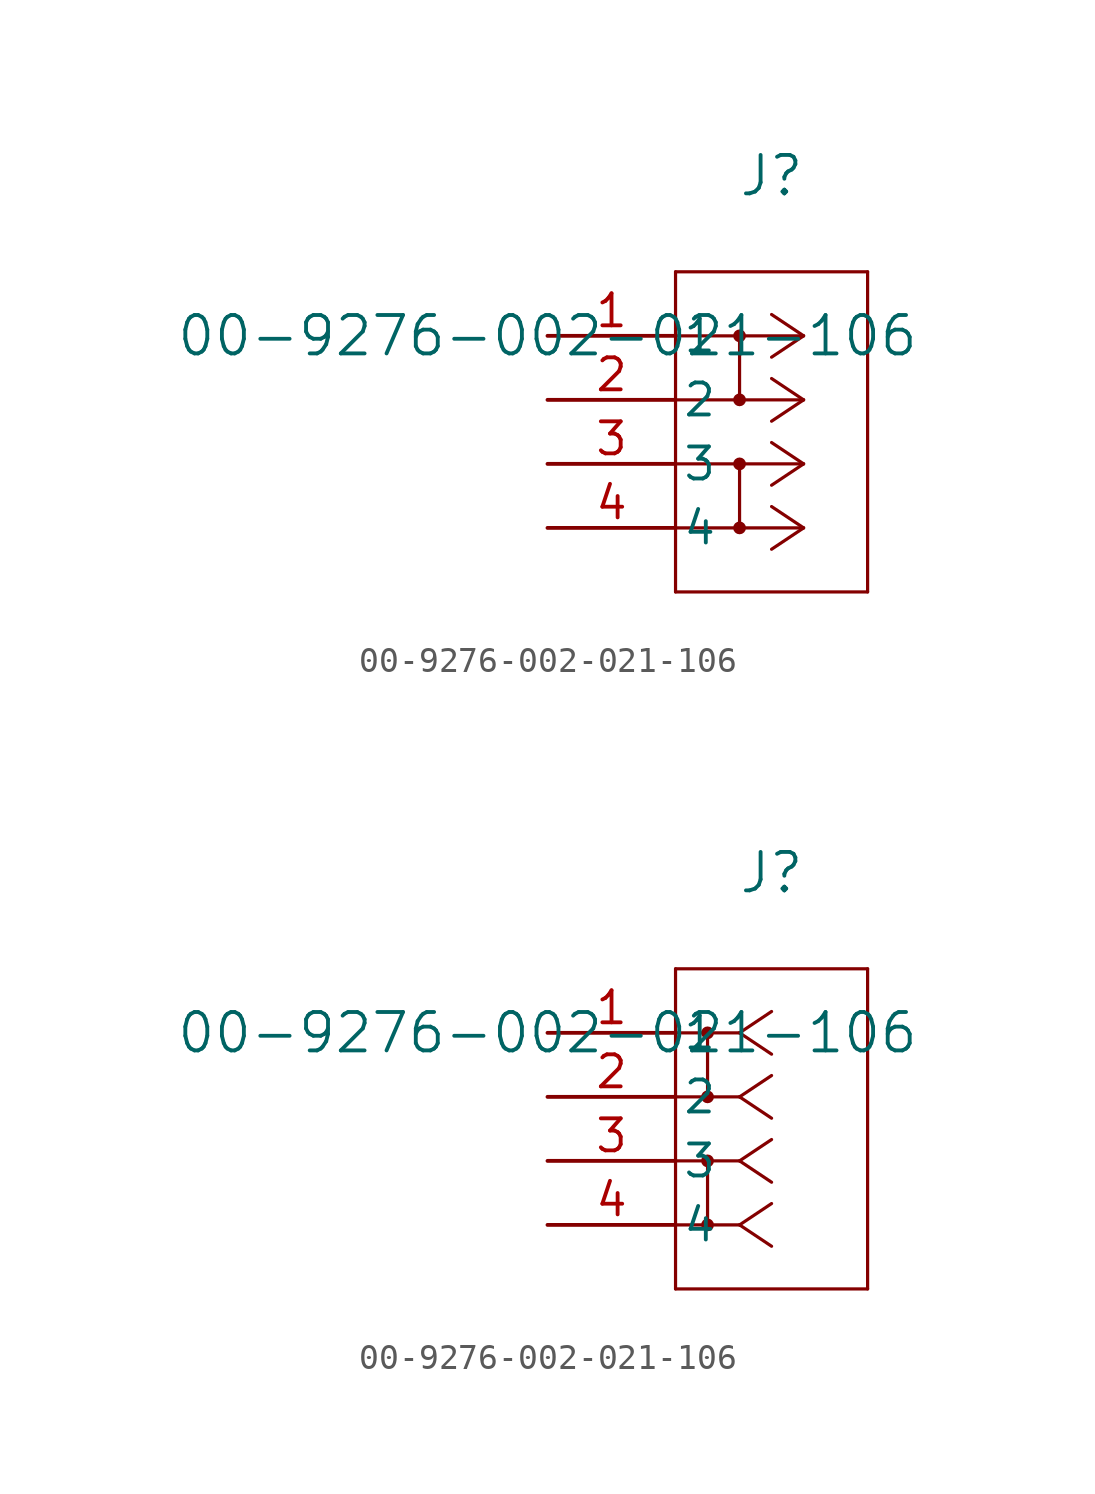
<source format=kicad_sym>
(kicad_symbol_lib
  (version 20211014)
  (generator kicad_symbol_editor)
  (symbol "00-9276-002-021-106"
    (pin_names
      (offset 0.254))
    (property "Reference" "J"
      (at 8.89 6.35 0)
      (effects (font (size 1.524 1.524))))
    (property "Value" "00-9276-002-021-106"
      (at 0 0 0)
      (effects (font (size 1.524 1.524))))
    (symbol "00-9276-002-021-106_1_1"
      (polyline (pts (xy 10.16 0) (xy 5.08 0)) (stroke (width 0.127) (type default) (color 0 0 0 0)) (fill (type none)))
      (polyline (pts (xy 10.16 -2.54) (xy 5.08 -2.54)) (stroke (width 0.127) (type default) (color 0 0 0 0)) (fill (type none)))
      (polyline (pts (xy 10.16 -5.08) (xy 5.08 -5.08)) (stroke (width 0.127) (type default) (color 0 0 0 0)) (fill (type none)))
      (polyline (pts (xy 10.16 -7.62) (xy 5.08 -7.62)) (stroke (width 0.127) (type default) (color 0 0 0 0)) (fill (type none)))
      (polyline (pts (xy 10.16 0) (xy 8.89 0.847)) (stroke (width 0.127) (type default) (color 0 0 0 0)) (fill (type none)))
      (polyline (pts (xy 10.16 -2.54) (xy 8.89 -1.693)) (stroke (width 0.127) (type default) (color 0 0 0 0)) (fill (type none)))
      (polyline (pts (xy 10.16 -5.08) (xy 8.89 -4.233)) (stroke (width 0.127) (type default) (color 0 0 0 0)) (fill (type none)))
      (polyline (pts (xy 10.16 -7.62) (xy 8.89 -6.773)) (stroke (width 0.127) (type default) (color 0 0 0 0)) (fill (type none)))
      (polyline (pts (xy 10.16 0) (xy 8.89 -0.847)) (stroke (width 0.127) (type default) (color 0 0 0 0)) (fill (type none)))
      (polyline (pts (xy 10.16 -2.54) (xy 8.89 -3.387)) (stroke (width 0.127) (type default) (color 0 0 0 0)) (fill (type none)))
      (polyline (pts (xy 10.16 -5.08) (xy 8.89 -5.927)) (stroke (width 0.127) (type default) (color 0 0 0 0)) (fill (type none)))
      (polyline (pts (xy 10.16 -7.62) (xy 8.89 -8.467)) (stroke (width 0.127) (type default) (color 0 0 0 0)) (fill (type none)))
      (polyline (pts (xy 5.08 2.54) (xy 5.08 -10.16)) (stroke (width 0.127) (type default) (color 0 0 0 0)) (fill (type none)))
      (polyline (pts (xy 5.08 -10.16) (xy 12.7 -10.16)) (stroke (width 0.127) (type default) (color 0 0 0 0)) (fill (type none)))
      (polyline (pts (xy 12.7 -10.16) (xy 12.7 2.54)) (stroke (width 0.127) (type default) (color 0 0 0 0)) (fill (type none)))
      (polyline (pts (xy 12.7 2.54) (xy 5.08 2.54)) (stroke (width 0.127) (type default) (color 0 0 0 0)) (fill (type none)))
      (polyline (pts (xy 7.62 -5.08) (xy 7.62 -7.62)) (stroke (width 0.127) (type default) (color 0 0 0 0)) (fill (type none)))
      (circle (center 7.62 0) (radius 0.127) (stroke (width 0.254) (type default) (color 0 0 0 0)) (fill (type none)))
      (circle (center 7.62 -2.54) (radius 0.127) (stroke (width 0.254) (type default) (color 0 0 0 0)) (fill (type none)))
      (circle (center 7.62 -5.08) (radius 0.127) (stroke (width 0.254) (type default) (color 0 0 0 0)) (fill (type none)))
      (circle (center 7.62 -7.62) (radius 0.127) (stroke (width 0.254) (type default) (color 0 0 0 0)) (fill (type none)))
      (polyline (pts (xy 7.62 0) (xy 7.62 -2.54)) (stroke (width 0.127) (type default) (color 0 0 0 0)) (fill (type none)))
      (pin unspecified line (at 0 0 0) (length 5.08) (name "1" (effects (font (size 1.27 1.27)))) (number "1" (effects (font (size 1.27 1.27)))))
      (pin unspecified line (at 0 -2.54 0) (length 5.08) (name "2" (effects (font (size 1.27 1.27)))) (number "2" (effects (font (size 1.27 1.27)))))
      (pin unspecified line (at 0 -5.08 0) (length 5.08) (name "3" (effects (font (size 1.27 1.27)))) (number "3" (effects (font (size 1.27 1.27)))))
      (pin unspecified line (at 0 -7.62 0) (length 5.08) (name "4" (effects (font (size 1.27 1.27)))) (number "4" (effects (font (size 1.27 1.27))))))
    (symbol "00-9276-002-021-106_1_2"
      (polyline (pts (xy 7.62 0) (xy 5.08 0)) (stroke (width 0.127) (type default) (color 0 0 0 0)) (fill (type none)))
      (polyline (pts (xy 7.62 -2.54) (xy 5.08 -2.54)) (stroke (width 0.127) (type default) (color 0 0 0 0)) (fill (type none)))
      (polyline (pts (xy 7.62 -5.08) (xy 5.08 -5.08)) (stroke (width 0.127) (type default) (color 0 0 0 0)) (fill (type none)))
      (polyline (pts (xy 7.62 -7.62) (xy 5.08 -7.62)) (stroke (width 0.127) (type default) (color 0 0 0 0)) (fill (type none)))
      (polyline (pts (xy 7.62 0) (xy 8.89 0.847)) (stroke (width 0.127) (type default) (color 0 0 0 0)) (fill (type none)))
      (polyline (pts (xy 7.62 -2.54) (xy 8.89 -1.693)) (stroke (width 0.127) (type default) (color 0 0 0 0)) (fill (type none)))
      (polyline (pts (xy 7.62 -5.08) (xy 8.89 -4.233)) (stroke (width 0.127) (type default) (color 0 0 0 0)) (fill (type none)))
      (polyline (pts (xy 7.62 -7.62) (xy 8.89 -6.773)) (stroke (width 0.127) (type default) (color 0 0 0 0)) (fill (type none)))
      (polyline (pts (xy 7.62 0) (xy 8.89 -0.847)) (stroke (width 0.127) (type default) (color 0 0 0 0)) (fill (type none)))
      (polyline (pts (xy 7.62 -2.54) (xy 8.89 -3.387)) (stroke (width 0.127) (type default) (color 0 0 0 0)) (fill (type none)))
      (polyline (pts (xy 7.62 -5.08) (xy 8.89 -5.927)) (stroke (width 0.127) (type default) (color 0 0 0 0)) (fill (type none)))
      (polyline (pts (xy 7.62 -7.62) (xy 8.89 -8.467)) (stroke (width 0.127) (type default) (color 0 0 0 0)) (fill (type none)))
      (polyline (pts (xy 5.08 2.54) (xy 5.08 -10.16)) (stroke (width 0.127) (type default) (color 0 0 0 0)) (fill (type none)))
      (polyline (pts (xy 5.08 -10.16) (xy 12.7 -10.16)) (stroke (width 0.127) (type default) (color 0 0 0 0)) (fill (type none)))
      (polyline (pts (xy 12.7 -10.16) (xy 12.7 2.54)) (stroke (width 0.127) (type default) (color 0 0 0 0)) (fill (type none)))
      (polyline (pts (xy 12.7 2.54) (xy 5.08 2.54)) (stroke (width 0.127) (type default) (color 0 0 0 0)) (fill (type none)))
      (polyline (pts (xy 6.35 -5.08) (xy 6.35 -7.62)) (stroke (width 0.127) (type default) (color 0 0 0 0)) (fill (type none)))
      (circle (center 6.35 0) (radius 0.127) (stroke (width 0.254) (type default) (color 0 0 0 0)) (fill (type none)))
      (circle (center 6.35 -2.54) (radius 0.127) (stroke (width 0.254) (type default) (color 0 0 0 0)) (fill (type none)))
      (circle (center 6.35 -5.08) (radius 0.127) (stroke (width 0.254) (type default) (color 0 0 0 0)) (fill (type none)))
      (circle (center 6.35 -7.62) (radius 0.127) (stroke (width 0.254) (type default) (color 0 0 0 0)) (fill (type none)))
      (polyline (pts (xy 6.35 0) (xy 6.35 -2.54)) (stroke (width 0.127) (type default) (color 0 0 0 0)) (fill (type none)))
      (pin unspecified line (at 0 0 0) (length 5.08) (name "1" (effects (font (size 1.27 1.27)))) (number "1" (effects (font (size 1.27 1.27)))))
      (pin unspecified line (at 0 -2.54 0) (length 5.08) (name "2" (effects (font (size 1.27 1.27)))) (number "2" (effects (font (size 1.27 1.27)))))
      (pin unspecified line (at 0 -5.08 0) (length 5.08) (name "3" (effects (font (size 1.27 1.27)))) (number "3" (effects (font (size 1.27 1.27)))))
      (pin unspecified line (at 0 -7.62 0) (length 5.08) (name "4" (effects (font (size 1.27 1.27)))) (number "4" (effects (font (size 1.27 1.27))))))))
</source>
